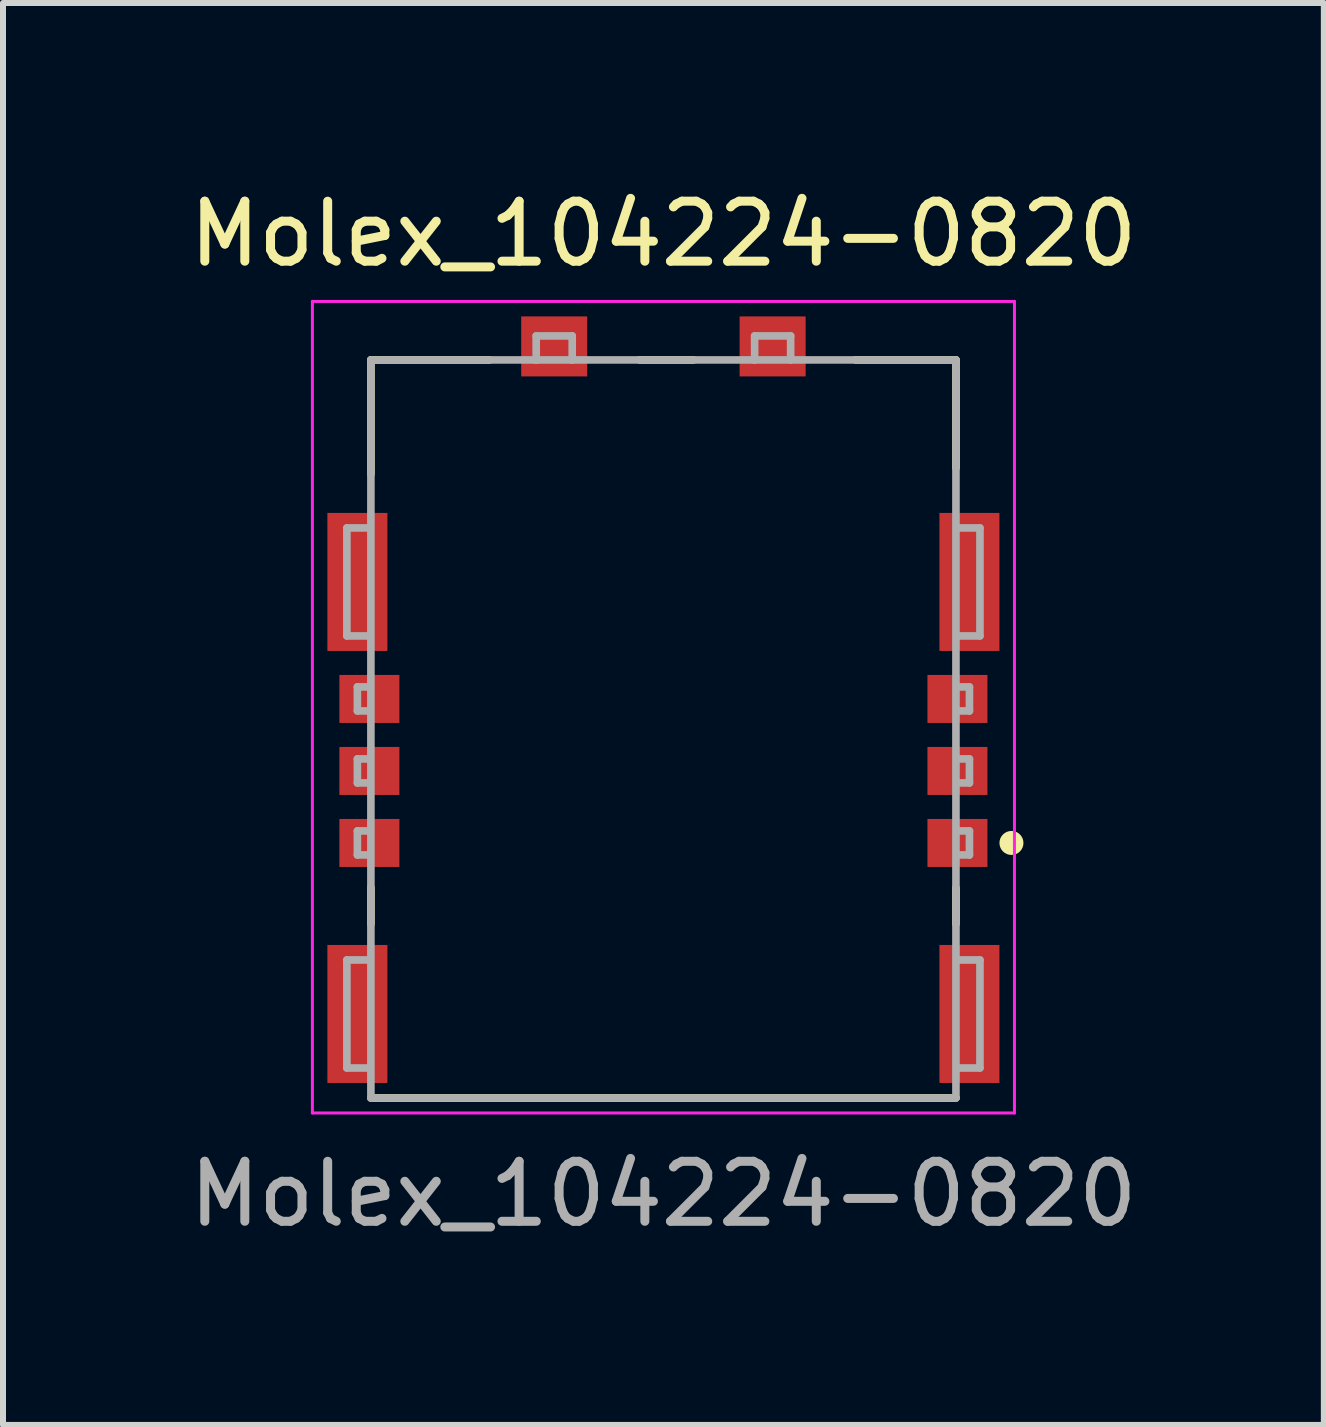
<source format=kicad_pcb>
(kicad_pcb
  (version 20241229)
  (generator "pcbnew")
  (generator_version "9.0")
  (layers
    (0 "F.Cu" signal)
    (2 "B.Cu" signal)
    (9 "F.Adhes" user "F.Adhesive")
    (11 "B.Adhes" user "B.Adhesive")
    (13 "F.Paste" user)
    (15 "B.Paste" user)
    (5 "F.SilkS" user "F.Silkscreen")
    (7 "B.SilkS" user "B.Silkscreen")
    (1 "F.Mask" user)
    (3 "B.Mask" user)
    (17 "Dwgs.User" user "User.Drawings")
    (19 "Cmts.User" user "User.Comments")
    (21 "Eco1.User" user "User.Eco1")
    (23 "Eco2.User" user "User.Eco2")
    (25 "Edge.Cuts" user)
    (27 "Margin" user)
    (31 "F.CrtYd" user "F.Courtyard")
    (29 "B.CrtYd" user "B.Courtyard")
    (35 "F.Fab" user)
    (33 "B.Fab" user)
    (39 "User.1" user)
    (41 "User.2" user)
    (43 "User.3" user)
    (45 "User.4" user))
  (footprint "Molex_104224-0820"
    (layer "F.Cu")
    (at 8.006 9.848)
    (property "Reference" "Molex_104224-0820" (at 0 -9 0) (unlocked yes) (layer "F.SilkS") (effects (font (size 1 1) (thickness 0.15))))
    (attr smd)
    (fp_line (start -4.875 -6.9) (end -4.875 -5) (stroke (width 0.127) (type solid)) (layer "F.SilkS"))
    (fp_line (start -4.875 1.9) (end -4.875 2.5) (stroke (width 0.127) (type solid)) (layer "F.SilkS"))
    (fp_line (start -4.875 5.4) (end 4.875 5.4) (stroke (width 0.127) (type solid)) (layer "F.SilkS"))
    (fp_line (start -2.9 -6.9) (end -4.875 -6.9) (stroke (width 0.127) (type solid)) (layer "F.SilkS"))
    (fp_line (start -0.4 -6.9) (end 0.5 -6.9) (stroke (width 0.127) (type solid)) (layer "F.SilkS"))
    (fp_line (start 3.2 -6.9) (end 4.875 -6.9) (stroke (width 0.127) (type solid)) (layer "F.SilkS"))
    (fp_line (start 4.875 -6.9) (end 4.875 -5.1) (stroke (width 0.127) (type solid)) (layer "F.SilkS"))
    (fp_line (start 4.875 1.9) (end 4.875 2.5) (stroke (width 0.127) (type solid)) (layer "F.SilkS"))
    (fp_circle (center 5.8 1.15) (end 5.9 1.15) (stroke (width 0.2) (type solid)) (fill no) (layer "F.SilkS"))
    (fp_line (start -5.85 -7.875) (end -5.85 5.65) (stroke (width 0.05) (type solid)) (layer "F.CrtYd"))
    (fp_line (start -5.85 5.65) (end 5.85 5.65) (stroke (width 0.05) (type solid)) (layer "F.CrtYd"))
    (fp_line (start 5.85 -7.875) (end -5.85 -7.875) (stroke (width 0.05) (type solid)) (layer "F.CrtYd"))
    (fp_line (start 5.85 5.65) (end 5.85 -7.875) (stroke (width 0.05) (type solid)) (layer "F.CrtYd"))
    (fp_line (start -5.275 -4.1) (end -5.275 -2.3) (stroke (width 0.127) (type solid)) (layer "F.Fab"))
    (fp_line (start -5.275 -2.3) (end -4.9 -2.3) (stroke (width 0.127) (type solid)) (layer "F.Fab"))
    (fp_line (start -5.275 3.1) (end -5.275 4.9) (stroke (width 0.127) (type solid)) (layer "F.Fab"))
    (fp_line (start -5.275 4.9) (end -4.9 4.9) (stroke (width 0.127) (type solid)) (layer "F.Fab"))
    (fp_line (start -5.1 -1.45) (end -5.1 -1.05) (stroke (width 0.127) (type solid)) (layer "F.Fab"))
    (fp_line (start -5.1 -1.05) (end -4.9 -1.05) (stroke (width 0.127) (type solid)) (layer "F.Fab"))
    (fp_line (start -5.1 -0.25) (end -5.1 0.15) (stroke (width 0.127) (type solid)) (layer "F.Fab"))
    (fp_line (start -5.1 0.15) (end -4.9 0.15) (stroke (width 0.127) (type solid)) (layer "F.Fab"))
    (fp_line (start -5.1 0.95) (end -5.1 1.35) (stroke (width 0.127) (type solid)) (layer "F.Fab"))
    (fp_line (start -5.1 1.35) (end -4.9 1.35) (stroke (width 0.127) (type solid)) (layer "F.Fab"))
    (fp_line (start -4.9 -4.1) (end -5.275 -4.1) (stroke (width 0.127) (type solid)) (layer "F.Fab"))
    (fp_line (start -4.9 -1.45) (end -5.1 -1.45) (stroke (width 0.127) (type solid)) (layer "F.Fab"))
    (fp_line (start -4.9 -0.25) (end -5.1 -0.25) (stroke (width 0.127) (type solid)) (layer "F.Fab"))
    (fp_line (start -4.9 0.95) (end -5.1 0.95) (stroke (width 0.127) (type solid)) (layer "F.Fab"))
    (fp_line (start -4.9 3.1) (end -5.275 3.1) (stroke (width 0.127) (type solid)) (layer "F.Fab"))
    (fp_line (start -4.875 -6.9) (end -2.12 -6.9) (stroke (width 0.127) (type solid)) (layer "F.Fab"))
    (fp_line (start -4.875 5.4) (end -4.875 -6.9) (stroke (width 0.127) (type solid)) (layer "F.Fab"))
    (fp_line (start -2.12 -7.3) (end -2.12 -6.9) (stroke (width 0.127) (type solid)) (layer "F.Fab"))
    (fp_line (start -2.12 -6.9) (end -1.52 -6.9) (stroke (width 0.127) (type solid)) (layer "F.Fab"))
    (fp_line (start -1.52 -7.3) (end -2.12 -7.3) (stroke (width 0.127) (type solid)) (layer "F.Fab"))
    (fp_line (start -1.52 -6.9) (end -1.52 -7.3) (stroke (width 0.127) (type solid)) (layer "F.Fab"))
    (fp_line (start -1.52 -6.9) (end 1.52 -6.9) (stroke (width 0.127) (type solid)) (layer "F.Fab"))
    (fp_line (start 1.52 -7.3) (end 1.52 -6.9) (stroke (width 0.127) (type solid)) (layer "F.Fab"))
    (fp_line (start 1.52 -6.9) (end 2.12 -6.9) (stroke (width 0.127) (type solid)) (layer "F.Fab"))
    (fp_line (start 2.12 -7.3) (end 1.52 -7.3) (stroke (width 0.127) (type solid)) (layer "F.Fab"))
    (fp_line (start 2.12 -6.9) (end 2.12 -7.3) (stroke (width 0.127) (type solid)) (layer "F.Fab"))
    (fp_line (start 2.12 -6.9) (end 4.875 -6.9) (stroke (width 0.127) (type solid)) (layer "F.Fab"))
    (fp_line (start 4.875 -6.9) (end 4.875 5.4) (stroke (width 0.127) (type solid)) (layer "F.Fab"))
    (fp_line (start 4.875 5.4) (end -4.875 5.4) (stroke (width 0.127) (type solid)) (layer "F.Fab"))
    (fp_line (start 4.9 -2.3) (end 5.275 -2.3) (stroke (width 0.127) (type solid)) (layer "F.Fab"))
    (fp_line (start 4.9 -1.05) (end 5.1 -1.05) (stroke (width 0.127) (type solid)) (layer "F.Fab"))
    (fp_line (start 4.9 0.15) (end 5.1 0.15) (stroke (width 0.127) (type solid)) (layer "F.Fab"))
    (fp_line (start 4.9 1.35) (end 5.1 1.35) (stroke (width 0.127) (type solid)) (layer "F.Fab"))
    (fp_line (start 4.9 4.9) (end 5.275 4.9) (stroke (width 0.127) (type solid)) (layer "F.Fab"))
    (fp_line (start 5.1 -1.45) (end 4.9 -1.45) (stroke (width 0.127) (type solid)) (layer "F.Fab"))
    (fp_line (start 5.1 -1.05) (end 5.1 -1.45) (stroke (width 0.127) (type solid)) (layer "F.Fab"))
    (fp_line (start 5.1 -0.25) (end 4.9 -0.25) (stroke (width 0.127) (type solid)) (layer "F.Fab"))
    (fp_line (start 5.1 0.15) (end 5.1 -0.25) (stroke (width 0.127) (type solid)) (layer "F.Fab"))
    (fp_line (start 5.1 0.95) (end 4.9 0.95) (stroke (width 0.127) (type solid)) (layer "F.Fab"))
    (fp_line (start 5.1 1.35) (end 5.1 0.95) (stroke (width 0.127) (type solid)) (layer "F.Fab"))
    (fp_line (start 5.275 -4.1) (end 4.9 -4.1) (stroke (width 0.127) (type solid)) (layer "F.Fab"))
    (fp_line (start 5.275 -2.3) (end 5.275 -4.1) (stroke (width 0.127) (type solid)) (layer "F.Fab"))
    (fp_line (start 5.275 3.1) (end 4.9 3.1) (stroke (width 0.127) (type solid)) (layer "F.Fab"))
    (fp_line (start 5.275 4.9) (end 5.275 3.1) (stroke (width 0.127) (type solid)) (layer "F.Fab"))
    (fp_text user "${REFERENCE}" (at 0 7 0) (unlocked yes) (layer "F.Fab") (effects (font (size 1 1) (thickness 0.15))))
    (pad "G1" smd rect (at -5.1 4) (size 1 2.3) (layers "F.Cu" "F.Mask" "F.Paste"))
    (pad "G2" smd rect (at -5.1 -3.2) (size 1 2.3) (layers "F.Cu" "F.Mask" "F.Paste"))
    (pad "G3" smd rect (at 5.1 -3.2) (size 1 2.3) (layers "F.Cu" "F.Mask" "F.Paste"))
    (pad "G4" smd rect (at 5.1 4) (size 1 2.3) (layers "F.Cu" "F.Mask" "F.Paste"))
    (pad "R1" smd rect (at -1.82 -7.125) (size 1.1 1) (layers "F.Cu" "F.Mask" "F.Paste"))
    (pad "R2" smd rect (at 1.82 -7.125) (size 1.1 1) (layers "F.Cu" "F.Mask" "F.Paste"))
    (pad "S1" smd rect (at 4.9 1.15) (size 1 0.8) (layers "F.Cu" "F.Mask" "F.Paste"))
    (pad "S2" smd rect (at 4.9 -0.05) (size 1 0.8) (layers "F.Cu" "F.Mask" "F.Paste"))
    (pad "S3" smd rect (at -4.9 1.15) (size 1 0.8) (layers "F.Cu" "F.Mask" "F.Paste"))
    (pad "S4" smd rect (at 4.9 -1.25) (size 1 0.8) (layers "F.Cu" "F.Mask" "F.Paste"))
    (pad "S5" smd rect (at -4.9 -0.05) (size 1 0.8) (layers "F.Cu" "F.Mask" "F.Paste"))
    (pad "S6" smd rect (at -4.9 -1.25) (size 1 0.8) (layers "F.Cu" "F.Mask" "F.Paste"))
    (zone (net_name "") (layer "F.Cu") (hatch full 0.508) (connect_pads) (min_thickness 0.01) (filled_areas_thickness no) (keepout (tracks not_allowed) (vias not_allowed) (pads not_allowed) (copperpour not_allowed) (footprints allowed)) (placement (enabled no)) (fill) (polygon (pts (xy 4.86 12.098) (xy 6.066 12.098) (xy 6.066 14.998) (xy 4.86 14.998))))
    (zone (net_name "") (layer "F.Cu") (hatch full 0.508) (connect_pads) (min_thickness 0.01) (filled_areas_thickness no) (keepout (tracks not_allowed) (vias not_allowed) (pads not_allowed) (copperpour not_allowed) (footprints allowed)) (placement (enabled no)) (fill) (polygon (pts (xy 4.864 4.598) (xy 6.066 4.598) (xy 6.066 7.693) (xy 4.864 7.693))))
    (zone (net_name "") (layer "F.Cu") (hatch full 0.508) (connect_pads) (min_thickness 0.01) (filled_areas_thickness no) (keepout (tracks not_allowed) (vias not_allowed) (pads not_allowed) (copperpour not_allowed) (footprints allowed)) (placement (enabled no)) (fill) (polygon (pts (xy 7.405 4.598) (xy 8.606 4.598) (xy 8.606 7.685) (xy 7.405 7.685))))
    (zone (net_name "") (layer "F.Cu") (hatch full 0.508) (connect_pads) (min_thickness 0.01) (filled_areas_thickness no) (keepout (tracks not_allowed) (vias not_allowed) (pads not_allowed) (copperpour not_allowed) (footprints allowed)) (placement (enabled no)) (fill) (polygon (pts (xy 7.405 12.098) (xy 8.606 12.098) (xy 8.606 14.998) (xy 7.405 14.998))))
    (zone (net_name "") (layer "F.Cu") (hatch full 0.508) (connect_pads) (min_thickness 0.01) (filled_areas_thickness no) (keepout (tracks not_allowed) (vias not_allowed) (pads not_allowed) (copperpour not_allowed) (footprints allowed)) (placement (enabled no)) (fill) (polygon (pts (xy 9.946 4.598) (xy 11.146 4.598) (xy 11.146 7.696) (xy 9.946 7.696))))
    (zone (net_name "") (layer "F.Cu") (hatch full 0.508) (connect_pads) (min_thickness 0.01) (filled_areas_thickness no) (keepout (tracks not_allowed) (vias not_allowed) (pads not_allowed) (copperpour not_allowed) (footprints allowed)) (placement (enabled no)) (fill) (polygon (pts (xy 9.949 12.098) (xy 11.146 12.098) (xy 11.146 14.998) (xy 9.949 14.998))))
    (zone (net_name "") (layers "F.Cu" "B.Cu") (hatch full 0.508) (connect_pads) (min_thickness 0.01) (filled_areas_thickness no) (keepout (tracks allowed) (vias not_allowed) (pads allowed) (copperpour allowed) (footprints allowed)) (placement (enabled no)) (fill) (polygon (pts (xy 4.862 12.098) (xy 6.066 12.098) (xy 6.066 14.998) (xy 4.862 14.998))))
    (zone (net_name "") (layers "F.Cu" "B.Cu") (hatch full 0.508) (connect_pads) (min_thickness 0.01) (filled_areas_thickness no) (keepout (tracks allowed) (vias not_allowed) (pads allowed) (copperpour allowed) (footprints allowed)) (placement (enabled no)) (fill) (polygon (pts (xy 4.863 4.598) (xy 6.066 4.598) (xy 6.066 7.692) (xy 4.863 7.692))))
    (zone (net_name "") (layers "F.Cu" "B.Cu") (hatch full 0.508) (connect_pads) (min_thickness 0.01) (filled_areas_thickness no) (keepout (tracks allowed) (vias not_allowed) (pads allowed) (copperpour allowed) (footprints allowed)) (placement (enabled no)) (fill) (polygon (pts (xy 7.405 12.098) (xy 8.606 12.098) (xy 8.606 14.998) (xy 7.405 14.998))))
    (zone (net_name "") (layers "F.Cu" "B.Cu") (hatch full 0.508) (connect_pads) (min_thickness 0.01) (filled_areas_thickness no) (keepout (tracks allowed) (vias not_allowed) (pads allowed) (copperpour allowed) (footprints allowed)) (placement (enabled no)) (fill) (polygon (pts (xy 7.405 4.598) (xy 8.606 4.598) (xy 8.606 7.685) (xy 7.405 7.685))))
    (zone (net_name "") (layers "F.Cu" "B.Cu") (hatch full 0.508) (connect_pads) (min_thickness 0.01) (filled_areas_thickness no) (keepout (tracks allowed) (vias not_allowed) (pads allowed) (copperpour allowed) (footprints allowed)) (placement (enabled no)) (fill) (polygon (pts (xy 9.946 4.598) (xy 11.146 4.598) (xy 11.146 7.698) (xy 9.946 7.698))))
    (zone (net_name "") (layers "F.Cu" "B.Cu") (hatch full 0.508) (connect_pads) (min_thickness 0.01) (filled_areas_thickness no) (keepout (tracks allowed) (vias not_allowed) (pads allowed) (copperpour allowed) (footprints allowed)) (placement (enabled no)) (fill) (polygon (pts (xy 9.947 12.098) (xy 11.146 12.098) (xy 11.146 14.998) (xy 9.947 14.998)))))
  (gr_rect
    (start -3 -3)
    (end 19.012 20.697)
    (stroke (width 0.1) (type default))
    (fill no)
    (layer "Edge.Cuts")))
</source>
